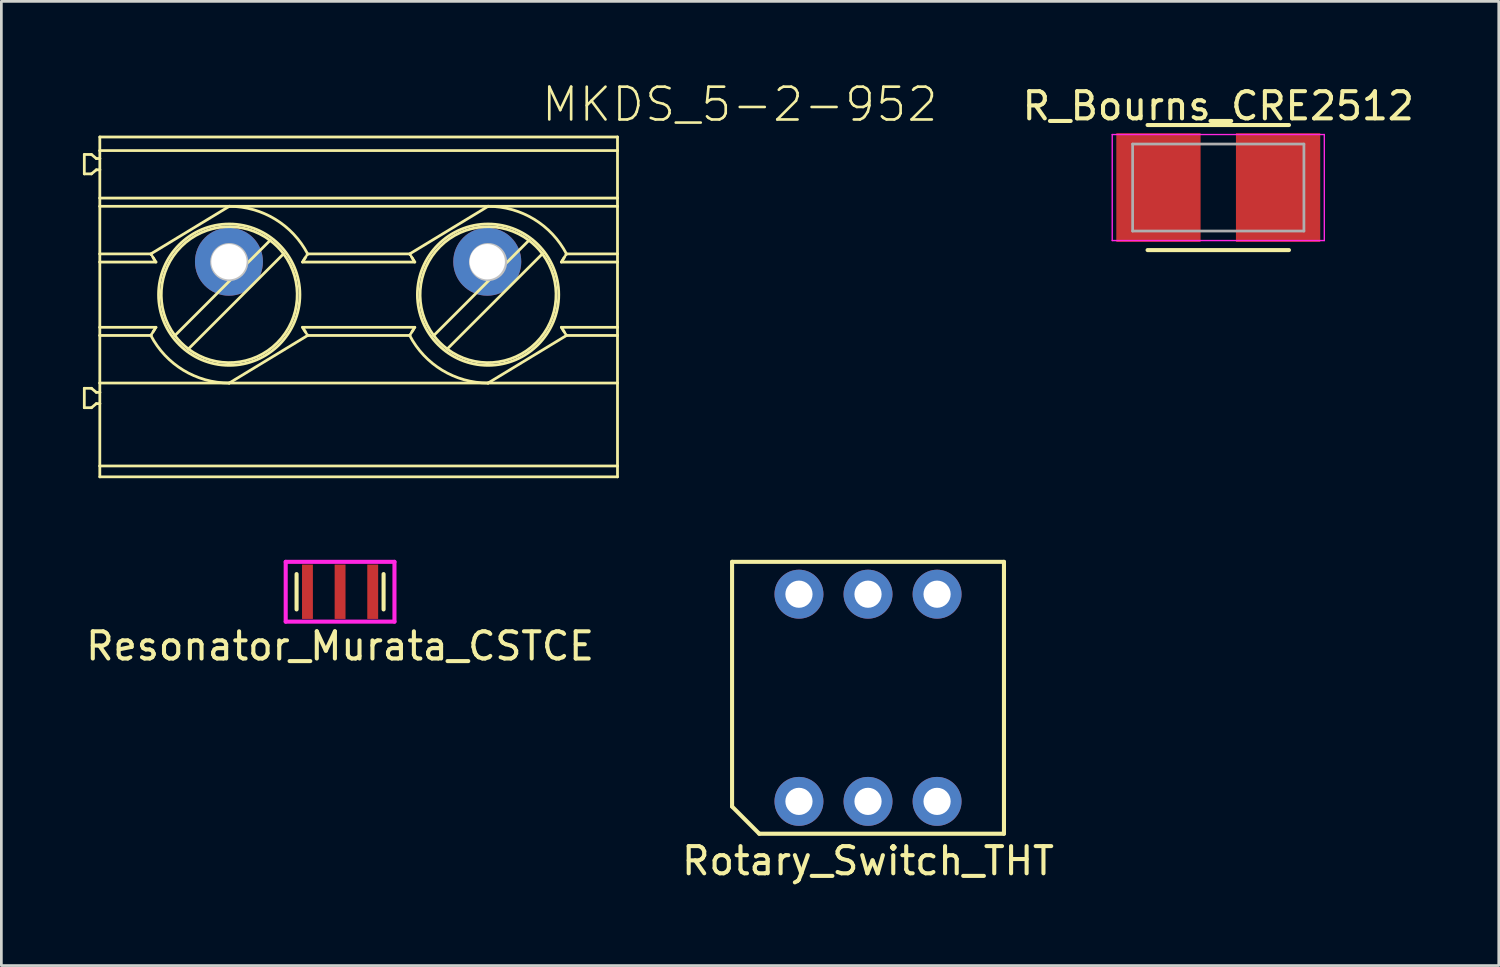
<source format=kicad_pcb>
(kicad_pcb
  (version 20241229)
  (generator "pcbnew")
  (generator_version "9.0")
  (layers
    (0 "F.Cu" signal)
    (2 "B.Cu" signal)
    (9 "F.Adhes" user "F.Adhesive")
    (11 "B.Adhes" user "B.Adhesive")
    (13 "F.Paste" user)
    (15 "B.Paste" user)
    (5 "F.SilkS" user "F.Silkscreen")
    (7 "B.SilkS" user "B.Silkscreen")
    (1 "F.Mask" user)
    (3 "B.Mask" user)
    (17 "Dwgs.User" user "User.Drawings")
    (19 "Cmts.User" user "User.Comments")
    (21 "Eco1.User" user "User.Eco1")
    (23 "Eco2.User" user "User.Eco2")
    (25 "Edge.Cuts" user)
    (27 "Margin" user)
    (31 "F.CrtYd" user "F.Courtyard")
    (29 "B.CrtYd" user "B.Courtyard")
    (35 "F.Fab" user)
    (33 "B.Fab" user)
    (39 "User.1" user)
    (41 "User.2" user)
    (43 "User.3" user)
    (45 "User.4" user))
  (footprint "Rotary_Switch_THT"
    (layer "F.Cu")
    (at 28.875 22.614)
    (property "Reference" "Rotary_Switch_THT" (at 0 6 0) (layer "F.SilkS") (effects (font (size 1 1) (thickness 0.15))))
    (attr through_hole)
    (fp_line (start -5 -5) (end 5 -5) (stroke (width 0.15) (type solid)) (layer "F.SilkS"))
    (fp_line (start -5 4) (end -5 -5) (stroke (width 0.15) (type solid)) (layer "F.SilkS"))
    (fp_line (start -4 5) (end -5 4) (stroke (width 0.15) (type solid)) (layer "F.SilkS"))
    (fp_line (start 5 -5) (end 5 5) (stroke (width 0.15) (type solid)) (layer "F.SilkS"))
    (fp_line (start 5 5) (end -4 5) (stroke (width 0.15) (type solid)) (layer "F.SilkS"))
    (pad "1" thru_hole circle (at -2.54 3.81 90) (size 1.8 1.8) (drill 1) (layers "*.Cu" "*.Mask"))
    (pad "2" thru_hole circle (at 2.54 -3.81 90) (size 1.8 1.8) (drill 1) (layers "*.Cu" "*.Mask"))
    (pad "4" thru_hole circle (at 2.54 3.81 90) (size 1.8 1.8) (drill 1) (layers "*.Cu" "*.Mask"))
    (pad "8" thru_hole circle (at -2.54 -3.81 90) (size 1.8 1.8) (drill 1) (layers "*.Cu" "*.Mask"))
    (pad "C" thru_hole circle (at 0 -3.81 90) (size 1.8 1.8) (drill 1) (layers "*.Cu" "*.Mask"))
    (pad "C" thru_hole circle (at 0 3.81 90) (size 1.8 1.8) (drill 1) (layers "*.Cu" "*.Mask")))
  (footprint "MKDS_5-2-952"
    (layer "F.Cu")
    (at 5.371 6.576)
    (property "Reference" "MKDS_5-2-952" (at 11.43 -5.08 180) (layer "F.SilkS") (effects (font (size 1.206 1.206) (thickness 0.097)) (justify left bottom)))
    (attr through_hole)
    (fp_line (start -5.32 -3.945) (end -5.057 -3.945) (stroke (width 0.102) (type solid)) (layer "F.SilkS"))
    (fp_line (start -5.32 -3.231) (end -5.32 -3.945) (stroke (width 0.102) (type solid)) (layer "F.SilkS"))
    (fp_line (start -5.32 5.369) (end -5.32 4.655) (stroke (width 0.102) (type solid)) (layer "F.SilkS"))
    (fp_line (start -5.057 -3.231) (end -5.32 -3.231) (stroke (width 0.102) (type solid)) (layer "F.SilkS"))
    (fp_line (start -5.057 4.655) (end -5.32 4.655) (stroke (width 0.102) (type solid)) (layer "F.SilkS"))
    (fp_line (start -5.057 4.655) (end -4.879 4.805) (stroke (width 0.102) (type solid)) (layer "F.SilkS"))
    (fp_line (start -5.057 5.369) (end -5.32 5.369) (stroke (width 0.102) (type solid)) (layer "F.SilkS"))
    (fp_line (start -4.879 -3.795) (end -5.057 -3.945) (stroke (width 0.102) (type solid)) (layer "F.SilkS"))
    (fp_line (start -4.879 -3.795) (end -4.75 -3.795) (stroke (width 0.102) (type solid)) (layer "F.SilkS"))
    (fp_line (start -4.879 -3.381) (end -5.057 -3.231) (stroke (width 0.102) (type solid)) (layer "F.SilkS"))
    (fp_line (start -4.879 4.805) (end -4.75 4.805) (stroke (width 0.102) (type solid)) (layer "F.SilkS"))
    (fp_line (start -4.879 5.219) (end -5.057 5.369) (stroke (width 0.102) (type solid)) (layer "F.SilkS"))
    (fp_line (start -4.75 -4.588) (end -4.75 -4.088) (stroke (width 0.102) (type solid)) (layer "F.SilkS"))
    (fp_line (start -4.75 -4.588) (end 14.29 -4.588) (stroke (width 0.102) (type solid)) (layer "F.SilkS"))
    (fp_line (start -4.75 -3.795) (end -4.75 -4.088) (stroke (width 0.102) (type solid)) (layer "F.SilkS"))
    (fp_line (start -4.75 -3.381) (end -4.879 -3.381) (stroke (width 0.102) (type solid)) (layer "F.SilkS"))
    (fp_line (start -4.75 -3.381) (end -4.75 -3.795) (stroke (width 0.102) (type solid)) (layer "F.SilkS"))
    (fp_line (start -4.75 -2.342) (end -4.75 -3.381) (stroke (width 0.102) (type solid)) (layer "F.SilkS"))
    (fp_line (start -4.75 -2.038) (end -4.75 -2.342) (stroke (width 0.102) (type solid)) (layer "F.SilkS"))
    (fp_line (start -4.75 -0.288) (end -4.75 -2.038) (stroke (width 0.102) (type solid)) (layer "F.SilkS"))
    (fp_line (start -4.75 -0.288) (end -4.75 0.012) (stroke (width 0.102) (type solid)) (layer "F.SilkS"))
    (fp_line (start -4.75 -0.288) (end -2.873 -0.288) (stroke (width 0.102) (type solid)) (layer "F.SilkS"))
    (fp_line (start -4.75 0.012) (end -4.75 2.412) (stroke (width 0.102) (type solid)) (layer "F.SilkS"))
    (fp_line (start -4.75 0.012) (end -2.685 0.012) (stroke (width 0.102) (type solid)) (layer "F.SilkS"))
    (fp_line (start -4.75 2.712) (end -4.75 2.412) (stroke (width 0.102) (type solid)) (layer "F.SilkS"))
    (fp_line (start -4.75 4.462) (end -4.75 2.712) (stroke (width 0.102) (type solid)) (layer "F.SilkS"))
    (fp_line (start -4.75 4.462) (end 0.01 4.462) (stroke (width 0.102) (type solid)) (layer "F.SilkS"))
    (fp_line (start -4.75 4.805) (end -4.75 4.462) (stroke (width 0.102) (type solid)) (layer "F.SilkS"))
    (fp_line (start -4.75 5.219) (end -4.879 5.219) (stroke (width 0.102) (type solid)) (layer "F.SilkS"))
    (fp_line (start -4.75 5.219) (end -4.75 4.805) (stroke (width 0.102) (type solid)) (layer "F.SilkS"))
    (fp_line (start -4.75 7.512) (end -4.75 5.219) (stroke (width 0.102) (type solid)) (layer "F.SilkS"))
    (fp_line (start -4.75 7.512) (end -4.75 7.912) (stroke (width 0.102) (type solid)) (layer "F.SilkS"))
    (fp_line (start -4.75 7.512) (end 14.29 7.512) (stroke (width 0.102) (type solid)) (layer "F.SilkS"))
    (fp_line (start -2.873 2.712) (end -4.75 2.712) (stroke (width 0.102) (type solid)) (layer "F.SilkS"))
    (fp_line (start -2.867 2.701) (end -2.86 2.689) (stroke (width 0.102) (type solid)) (layer "F.SilkS"))
    (fp_line (start -2.86 2.689) (end -2.852 2.678) (stroke (width 0.102) (type solid)) (layer "F.SilkS"))
    (fp_line (start -2.859 -0.266) (end -2.867 -0.277) (stroke (width 0.102) (type solid)) (layer "F.SilkS"))
    (fp_line (start -2.852 -0.254) (end -2.859 -0.266) (stroke (width 0.102) (type solid)) (layer "F.SilkS"))
    (fp_line (start -2.813 2.615) (end -2.774 2.552) (stroke (width 0.102) (type solid)) (layer "F.SilkS"))
    (fp_line (start -2.774 -0.128) (end -2.813 -0.191) (stroke (width 0.102) (type solid)) (layer "F.SilkS"))
    (fp_line (start -2.774 2.552) (end -2.735 2.49) (stroke (width 0.102) (type solid)) (layer "F.SilkS"))
    (fp_line (start -2.735 -0.066) (end -2.774 -0.128) (stroke (width 0.102) (type solid)) (layer "F.SilkS"))
    (fp_line (start -2.685 2.412) (end -4.75 2.412) (stroke (width 0.102) (type solid)) (layer "F.SilkS"))
    (fp_line (start 0.01 -2.038) (end -4.75 -2.038) (stroke (width 0.102) (type solid)) (layer "F.SilkS"))
    (fp_line (start 0.01 -2.038) (end -2.873 -0.288) (stroke (width 0.102) (type solid)) (layer "F.SilkS"))
    (fp_line (start 0.01 4.462) (end 2.893 2.712) (stroke (width 0.102) (type solid)) (layer "F.SilkS"))
    (fp_line (start 0.01 4.462) (end 9.53 4.462) (stroke (width 0.102) (type solid)) (layer "F.SilkS"))
    (fp_line (start 0.068 0.659) (end -1.988 2.715) (stroke (width 0.102) (type solid)) (layer "F.SilkS"))
    (fp_line (start 1.513 -0.786) (end 0.657 0.07) (stroke (width 0.102) (type solid)) (layer "F.SilkS"))
    (fp_line (start 2.008 -0.291) (end -1.493 3.21) (stroke (width 0.102) (type solid)) (layer "F.SilkS"))
    (fp_line (start 2.705 0.012) (end 6.835 0.012) (stroke (width 0.102) (type solid)) (layer "F.SilkS"))
    (fp_line (start 2.755 2.49) (end 2.794 2.552) (stroke (width 0.102) (type solid)) (layer "F.SilkS"))
    (fp_line (start 2.794 -0.128) (end 2.755 -0.066) (stroke (width 0.102) (type solid)) (layer "F.SilkS"))
    (fp_line (start 2.794 2.552) (end 2.833 2.615) (stroke (width 0.102) (type solid)) (layer "F.SilkS"))
    (fp_line (start 2.833 -0.191) (end 2.794 -0.128) (stroke (width 0.102) (type solid)) (layer "F.SilkS"))
    (fp_line (start 2.872 2.678) (end 2.88 2.689) (stroke (width 0.102) (type solid)) (layer "F.SilkS"))
    (fp_line (start 2.88 -0.266) (end 2.872 -0.254) (stroke (width 0.102) (type solid)) (layer "F.SilkS"))
    (fp_line (start 2.88 2.689) (end 2.887 2.701) (stroke (width 0.102) (type solid)) (layer "F.SilkS"))
    (fp_line (start 2.887 -0.277) (end 2.88 -0.266) (stroke (width 0.102) (type solid)) (layer "F.SilkS"))
    (fp_line (start 2.893 -0.288) (end 6.647 -0.288) (stroke (width 0.102) (type solid)) (layer "F.SilkS"))
    (fp_line (start 6.647 2.712) (end 2.893 2.712) (stroke (width 0.102) (type solid)) (layer "F.SilkS"))
    (fp_line (start 6.653 2.701) (end 6.66 2.689) (stroke (width 0.102) (type solid)) (layer "F.SilkS"))
    (fp_line (start 6.66 2.689) (end 6.668 2.678) (stroke (width 0.102) (type solid)) (layer "F.SilkS"))
    (fp_line (start 6.661 -0.266) (end 6.653 -0.277) (stroke (width 0.102) (type solid)) (layer "F.SilkS"))
    (fp_line (start 6.668 -0.254) (end 6.661 -0.266) (stroke (width 0.102) (type solid)) (layer "F.SilkS"))
    (fp_line (start 6.707 2.615) (end 6.746 2.552) (stroke (width 0.102) (type solid)) (layer "F.SilkS"))
    (fp_line (start 6.746 -0.128) (end 6.707 -0.191) (stroke (width 0.102) (type solid)) (layer "F.SilkS"))
    (fp_line (start 6.746 2.552) (end 6.785 2.49) (stroke (width 0.102) (type solid)) (layer "F.SilkS"))
    (fp_line (start 6.785 -0.066) (end 6.746 -0.128) (stroke (width 0.102) (type solid)) (layer "F.SilkS"))
    (fp_line (start 6.835 2.412) (end 2.705 2.412) (stroke (width 0.102) (type solid)) (layer "F.SilkS"))
    (fp_line (start 9.53 -2.038) (end 0.01 -2.038) (stroke (width 0.102) (type solid)) (layer "F.SilkS"))
    (fp_line (start 9.53 -2.038) (end 6.647 -0.288) (stroke (width 0.102) (type solid)) (layer "F.SilkS"))
    (fp_line (start 9.53 -2.038) (end 14.29 -2.038) (stroke (width 0.102) (type solid)) (layer "F.SilkS"))
    (fp_line (start 9.53 4.462) (end 12.413 2.712) (stroke (width 0.102) (type solid)) (layer "F.SilkS"))
    (fp_line (start 9.53 4.462) (end 14.29 4.462) (stroke (width 0.102) (type solid)) (layer "F.SilkS"))
    (fp_line (start 9.588 0.659) (end 7.532 2.715) (stroke (width 0.102) (type solid)) (layer "F.SilkS"))
    (fp_line (start 11.033 -0.786) (end 10.177 0.07) (stroke (width 0.102) (type solid)) (layer "F.SilkS"))
    (fp_line (start 11.528 -0.291) (end 8.027 3.21) (stroke (width 0.102) (type solid)) (layer "F.SilkS"))
    (fp_line (start 12.225 0.012) (end 14.29 0.012) (stroke (width 0.102) (type solid)) (layer "F.SilkS"))
    (fp_line (start 12.275 2.49) (end 12.314 2.552) (stroke (width 0.102) (type solid)) (layer "F.SilkS"))
    (fp_line (start 12.314 -0.128) (end 12.275 -0.066) (stroke (width 0.102) (type solid)) (layer "F.SilkS"))
    (fp_line (start 12.314 2.552) (end 12.353 2.615) (stroke (width 0.102) (type solid)) (layer "F.SilkS"))
    (fp_line (start 12.353 -0.191) (end 12.314 -0.128) (stroke (width 0.102) (type solid)) (layer "F.SilkS"))
    (fp_line (start 12.392 2.678) (end 12.399 2.689) (stroke (width 0.102) (type solid)) (layer "F.SilkS"))
    (fp_line (start 12.399 -0.266) (end 12.392 -0.254) (stroke (width 0.102) (type solid)) (layer "F.SilkS"))
    (fp_line (start 12.399 2.689) (end 12.407 2.701) (stroke (width 0.102) (type solid)) (layer "F.SilkS"))
    (fp_line (start 12.407 -0.277) (end 12.399 -0.266) (stroke (width 0.102) (type solid)) (layer "F.SilkS"))
    (fp_line (start 12.413 -0.288) (end 14.29 -0.288) (stroke (width 0.102) (type solid)) (layer "F.SilkS"))
    (fp_line (start 14.29 -4.588) (end 14.29 -4.088) (stroke (width 0.102) (type solid)) (layer "F.SilkS"))
    (fp_line (start 14.29 -4.088) (end -4.75 -4.088) (stroke (width 0.102) (type solid)) (layer "F.SilkS"))
    (fp_line (start 14.29 -2.342) (end -4.75 -2.342) (stroke (width 0.102) (type solid)) (layer "F.SilkS"))
    (fp_line (start 14.29 -2.342) (end 14.29 -4.088) (stroke (width 0.102) (type solid)) (layer "F.SilkS"))
    (fp_line (start 14.29 -2.038) (end 14.29 -2.342) (stroke (width 0.102) (type solid)) (layer "F.SilkS"))
    (fp_line (start 14.29 -0.288) (end 14.29 -2.038) (stroke (width 0.102) (type solid)) (layer "F.SilkS"))
    (fp_line (start 14.29 -0.288) (end 14.29 0.012) (stroke (width 0.102) (type solid)) (layer "F.SilkS"))
    (fp_line (start 14.29 2.412) (end 12.225 2.412) (stroke (width 0.102) (type solid)) (layer "F.SilkS"))
    (fp_line (start 14.29 2.412) (end 14.29 0.012) (stroke (width 0.102) (type solid)) (layer "F.SilkS"))
    (fp_line (start 14.29 2.712) (end 12.413 2.712) (stroke (width 0.102) (type solid)) (layer "F.SilkS"))
    (fp_line (start 14.29 2.712) (end 14.29 2.412) (stroke (width 0.102) (type solid)) (layer "F.SilkS"))
    (fp_line (start 14.29 2.712) (end 14.29 4.462) (stroke (width 0.102) (type solid)) (layer "F.SilkS"))
    (fp_line (start 14.29 7.512) (end 14.29 4.462) (stroke (width 0.102) (type solid)) (layer "F.SilkS"))
    (fp_line (start 14.29 7.912) (end -4.75 7.912) (stroke (width 0.102) (type solid)) (layer "F.SilkS"))
    (fp_line (start 14.29 7.912) (end 14.29 7.512) (stroke (width 0.102) (type solid)) (layer "F.SilkS"))
    (fp_arc (start -2.7347 2.4895) (mid -2.709881 2.450698) (end -2.6849 2.412) (stroke (width 0.1016) (type solid)) (layer "F.SilkS"))
    (fp_arc (start -2.6849 0.012) (mid -2.709881 -0.026698) (end -2.7347 -0.0655) (stroke (width 0.1016) (type solid)) (layer "F.SilkS"))
    (fp_arc (start -1.987802 2.714898) (mid -1.757755 -0.555757) (end 1.5129 -0.7858) (stroke (width 0.1016) (type solid)) (layer "F.SilkS"))
    (fp_arc (start -1.4929 3.2098) (mid -1.757758 2.979758) (end -1.9878 2.7149) (stroke (width 0.1016) (type solid)) (layer "F.SilkS"))
    (fp_arc (start 0.01 -2.038) (mid 1.696319 -1.566253) (end 2.8931 -0.288) (stroke (width 0.1016) (type solid)) (layer "F.SilkS"))
    (fp_arc (start 0.010001 4.461999) (mid -1.676318 3.990253) (end -2.8731 2.712) (stroke (width 0.1016) (type solid)) (layer "F.SilkS"))
    (fp_arc (start 1.5129 -0.7858) (mid 1.777751 -0.555751) (end 2.0078 -0.2909) (stroke (width 0.1016) (type solid)) (layer "F.SilkS"))
    (fp_arc (start 2.0078 -0.2909) (mid 1.777755 2.979755) (end -1.4929 3.2098) (stroke (width 0.1016) (type solid)) (layer "F.SilkS"))
    (fp_arc (start 2.7049 2.412) (mid 2.729931 2.450698) (end 2.7548 2.4895) (stroke (width 0.1016) (type solid)) (layer "F.SilkS"))
    (fp_arc (start 2.7548 -0.0655) (mid 2.729931 -0.026698) (end 2.7049 0.012) (stroke (width 0.1016) (type solid)) (layer "F.SilkS"))
    (fp_arc (start 6.7853 2.4895) (mid 6.810119 2.450698) (end 6.8351 2.412) (stroke (width 0.1016) (type solid)) (layer "F.SilkS"))
    (fp_arc (start 6.8351 0.012) (mid 6.810119 -0.026698) (end 6.7853 -0.0655) (stroke (width 0.1016) (type solid)) (layer "F.SilkS"))
    (fp_arc (start 7.532198 2.714898) (mid 7.762245 -0.555757) (end 11.0329 -0.7858) (stroke (width 0.1016) (type solid)) (layer "F.SilkS"))
    (fp_arc (start 8.0271 3.2098) (mid 7.762246 2.979754) (end 7.5322 2.7149) (stroke (width 0.1016) (type solid)) (layer "F.SilkS"))
    (fp_arc (start 9.53 -2.038) (mid 11.216319 -1.566253) (end 12.4131 -0.288) (stroke (width 0.1016) (type solid)) (layer "F.SilkS"))
    (fp_arc (start 9.530001 4.461999) (mid 7.843682 3.990253) (end 6.6469 2.712) (stroke (width 0.1016) (type solid)) (layer "F.SilkS"))
    (fp_arc (start 11.0329 -0.7858) (mid 11.297751 -0.555751) (end 11.5278 -0.2909) (stroke (width 0.1016) (type solid)) (layer "F.SilkS"))
    (fp_arc (start 11.5278 -0.2909) (mid 11.297755 2.979755) (end 8.0271 3.2098) (stroke (width 0.1016) (type solid)) (layer "F.SilkS"))
    (fp_arc (start 12.2249 2.412) (mid 12.249931 2.450698) (end 12.2748 2.4895) (stroke (width 0.1016) (type solid)) (layer "F.SilkS"))
    (fp_arc (start 12.2748 -0.0655) (mid 12.249931 -0.026698) (end 12.2249 0.012) (stroke (width 0.1016) (type solid)) (layer "F.SilkS"))
    (fp_circle (center 0.01 1.212) (end 2.61 1.212) (stroke (width 0.102) (type solid)) (fill no) (layer "F.SilkS"))
    (fp_circle (center 9.53 1.212) (end 12.13 1.212) (stroke (width 0.102) (type solid)) (fill no) (layer "F.SilkS"))
    (fp_line (start 0.657 0.07) (end 0.068 0.659) (stroke (width 0.102) (type solid)) (layer "Dwgs.User"))
    (fp_line (start 10.177 0.07) (end 9.588 0.659) (stroke (width 0.102) (type solid)) (layer "Dwgs.User"))
    (fp_arc (start 0.067598 0.6594) (mid -0.44959 -0.447592) (end 0.6574 0.0696) (stroke (width 0.1016) (type solid)) (layer "Dwgs.User"))
    (fp_arc (start 0.6574 0.069598) (mid 0.46959 0.471588) (end 0.0676 0.6594) (stroke (width 0.1016) (type solid)) (layer "Dwgs.User"))
    (fp_arc (start 9.587598 0.6594) (mid 9.07041 -0.447592) (end 10.1774 0.0696) (stroke (width 0.1016) (type solid)) (layer "Dwgs.User"))
    (fp_arc (start 10.1774 0.069598) (mid 9.98959 0.471588) (end 9.5876 0.6594) (stroke (width 0.1016) (type solid)) (layer "Dwgs.User"))
    (pad "1" thru_hole circle (at 0 0) (size 2.5 2.5) (drill 1.3) (layers "*.Cu" "*.Mask"))
    (pad "2" thru_hole circle (at 9.5 0) (size 2.5 2.5) (drill 1.3) (layers "*.Cu" "*.Mask")))
  (footprint "Resonator_Murata_CSTCE"
    (layer "F.Cu")
    (at 9.458 18.714)
    (property "Reference" "Resonator_Murata_CSTCE" (at 0 2 0) (layer "F.SilkS") (effects (font (size 1 1) (thickness 0.15))))
    (attr through_hole)
    (fp_line (start -1.6 -0.65) (end -1.6 0.65) (stroke (width 0.15) (type solid)) (layer "F.SilkS"))
    (fp_line (start 1.6 -0.65) (end 1.6 0.65) (stroke (width 0.15) (type solid)) (layer "F.SilkS"))
    (fp_line (start -2 -1.1) (end 2 -1.1) (stroke (width 0.15) (type solid)) (layer "F.CrtYd"))
    (fp_line (start -2 1.1) (end -2 -1.1) (stroke (width 0.15) (type solid)) (layer "F.CrtYd"))
    (fp_line (start 2 -1.1) (end 2 1.1) (stroke (width 0.15) (type solid)) (layer "F.CrtYd"))
    (fp_line (start 2 1.1) (end -2 1.1) (stroke (width 0.15) (type solid)) (layer "F.CrtYd"))
    (pad "1" smd rect (at -1.2 0) (size 0.4 2) (layers "F.Cu" "F.Mask" "F.Paste"))
    (pad "2" smd rect (at 1.2 0) (size 0.4 2) (layers "F.Cu" "F.Mask" "F.Paste"))
    (pad "3" smd rect (at 0 0) (size 0.4 2) (layers "F.Cu" "F.Mask" "F.Paste")))
  (footprint "R_Bourns_CRE2512"
    (layer "F.Cu")
    (at 41.757 3.848)
    (property "Reference" "R_Bourns_CRE2512" (at 0 -3 0) (layer "F.SilkS") (effects (font (size 1 1) (thickness 0.15))))
    (attr smd)
    (fp_line (start -2.6 -2.3) (end 2.6 -2.3) (stroke (width 0.15) (type solid)) (layer "F.SilkS"))
    (fp_line (start 2.6 2.3) (end -2.6 2.3) (stroke (width 0.15) (type solid)) (layer "F.SilkS"))
    (fp_line (start -3.9 -1.95) (end -3.9 1.95) (stroke (width 0.05) (type solid)) (layer "F.CrtYd"))
    (fp_line (start -3.9 -1.95) (end 3.9 -1.95) (stroke (width 0.05) (type solid)) (layer "F.CrtYd"))
    (fp_line (start -3.9 1.95) (end 3.9 1.95) (stroke (width 0.05) (type solid)) (layer "F.CrtYd"))
    (fp_line (start 3.9 -1.95) (end 3.9 1.95) (stroke (width 0.05) (type solid)) (layer "F.CrtYd"))
    (fp_line (start -3.15 -1.6) (end 3.15 -1.6) (stroke (width 0.1) (type solid)) (layer "F.Fab"))
    (fp_line (start -3.15 1.6) (end -3.15 -1.6) (stroke (width 0.1) (type solid)) (layer "F.Fab"))
    (fp_line (start 3.15 -1.6) (end 3.15 1.6) (stroke (width 0.1) (type solid)) (layer "F.Fab"))
    (fp_line (start 3.15 1.6) (end -3.15 1.6) (stroke (width 0.1) (type solid)) (layer "F.Fab"))
    (pad "1" smd rect (at -2.2 0) (size 3.1 4) (layers "F.Cu" "F.Mask" "F.Paste"))
    (pad "2" smd rect (at 2.2 0) (size 3.1 4) (layers "F.Cu" "F.Mask" "F.Paste")))
  (gr_rect
    (start -3 -3)
    (end 52.073 32.462)
    (stroke (width 0.1) (type default))
    (fill no)
    (layer "Edge.Cuts")))
</source>
